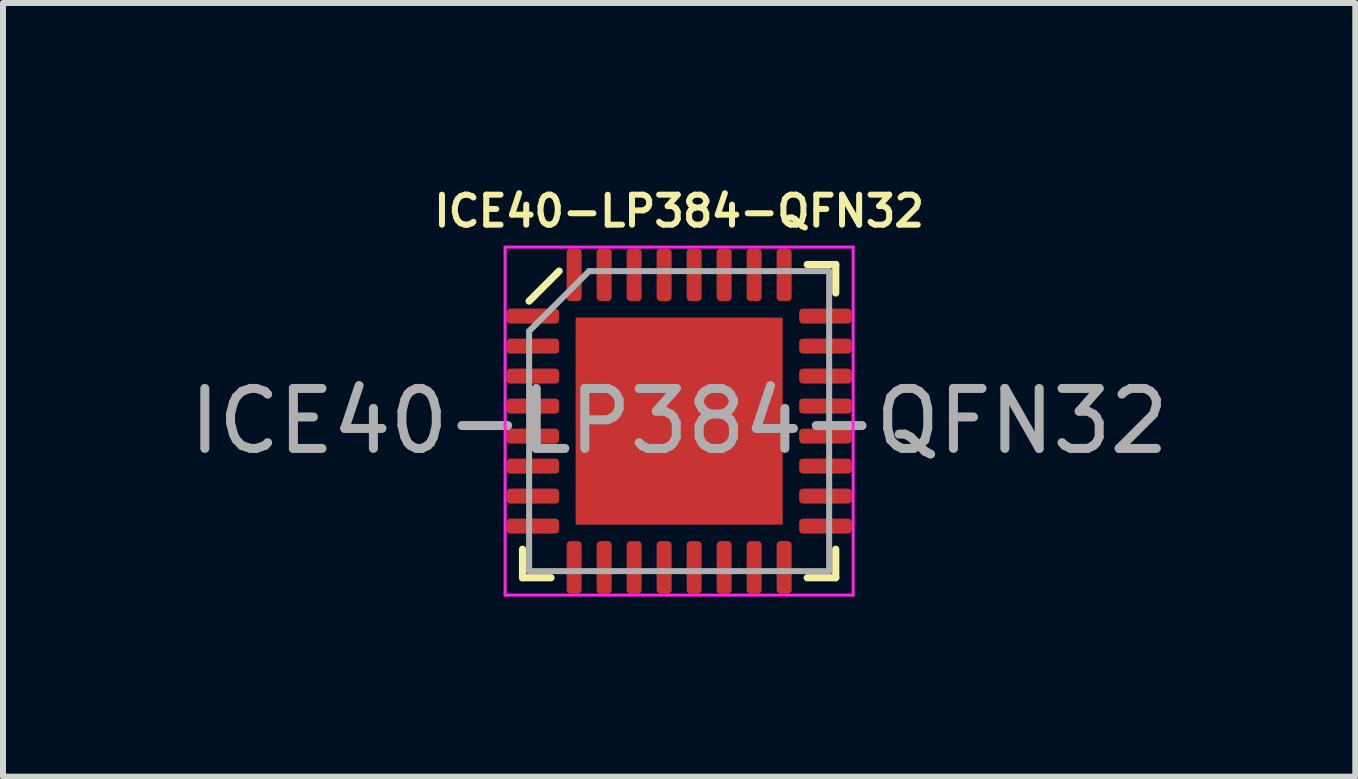
<source format=kicad_pcb>
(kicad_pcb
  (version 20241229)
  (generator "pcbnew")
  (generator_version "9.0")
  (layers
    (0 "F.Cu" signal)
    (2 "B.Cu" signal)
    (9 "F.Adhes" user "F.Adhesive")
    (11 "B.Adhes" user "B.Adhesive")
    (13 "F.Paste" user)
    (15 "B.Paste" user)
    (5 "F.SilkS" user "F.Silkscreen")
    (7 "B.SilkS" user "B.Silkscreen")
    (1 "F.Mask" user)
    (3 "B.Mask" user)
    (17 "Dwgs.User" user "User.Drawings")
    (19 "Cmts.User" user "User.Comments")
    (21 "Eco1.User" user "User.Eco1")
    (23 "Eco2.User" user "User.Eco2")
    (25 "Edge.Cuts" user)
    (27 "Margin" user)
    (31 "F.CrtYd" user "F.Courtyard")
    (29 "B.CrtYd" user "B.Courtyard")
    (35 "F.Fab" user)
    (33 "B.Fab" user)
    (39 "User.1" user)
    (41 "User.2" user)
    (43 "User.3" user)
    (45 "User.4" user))
  (footprint "ICE40-LP384-QFN32"
    (layer "F.Cu")
    (at 8.268 3.968)
    (property "Reference" "ICE40-LP384-QFN32" (at 0 -3.5 0) (layer "F.SilkS") (effects (font (size 0.5 0.5) (thickness 0.1))))
    (attr smd)
    (fp_line (start -2.61 2.61) (end -2.61 2.135) (stroke (width 0.12) (type solid)) (layer "F.SilkS"))
    (fp_line (start -2.135 2.61) (end -2.61 2.61) (stroke (width 0.12) (type solid)) (layer "F.SilkS"))
    (fp_line (start -2 -2.5) (end -2.5 -2) (stroke (width 0.12) (type solid)) (layer "F.SilkS"))
    (fp_line (start 2.135 -2.61) (end 2.61 -2.61) (stroke (width 0.12) (type solid)) (layer "F.SilkS"))
    (fp_line (start 2.135 2.61) (end 2.61 2.61) (stroke (width 0.12) (type solid)) (layer "F.SilkS"))
    (fp_line (start 2.61 -2.61) (end 2.61 -2.135) (stroke (width 0.12) (type solid)) (layer "F.SilkS"))
    (fp_line (start 2.61 2.61) (end 2.61 2.135) (stroke (width 0.12) (type solid)) (layer "F.SilkS"))
    (fp_line (start -2.9 -2.9) (end -2.9 2.9) (stroke (width 0.05) (type solid)) (layer "F.CrtYd"))
    (fp_line (start -2.9 2.9) (end 2.9 2.9) (stroke (width 0.05) (type solid)) (layer "F.CrtYd"))
    (fp_line (start 2.9 -2.9) (end -2.9 -2.9) (stroke (width 0.05) (type solid)) (layer "F.CrtYd"))
    (fp_line (start 2.9 2.9) (end 2.9 -2.9) (stroke (width 0.05) (type solid)) (layer "F.CrtYd"))
    (fp_line (start -2.5 -1.5) (end -1.5 -2.5) (stroke (width 0.1) (type solid)) (layer "F.Fab"))
    (fp_line (start -2.5 2.5) (end -2.5 -1.5) (stroke (width 0.1) (type solid)) (layer "F.Fab"))
    (fp_line (start -1.5 -2.5) (end 2.5 -2.5) (stroke (width 0.1) (type solid)) (layer "F.Fab"))
    (fp_line (start 2.5 -2.5) (end 2.5 2.5) (stroke (width 0.1) (type solid)) (layer "F.Fab"))
    (fp_line (start 2.5 2.5) (end -2.5 2.5) (stroke (width 0.1) (type solid)) (layer "F.Fab"))
    (fp_text user "${REFERENCE}" (at 0 0 0) (layer "F.Fab") (effects (font (size 1 1) (thickness 0.15))))
    (pad "" smd custom (at -1.363 -1.363) (size 0.2 0.2) (layers "F.Paste") (options (anchor circle)) (primitives (gr_poly (pts (xy -0.192 -0.192) (xy 0.192 -0.192) (xy 0.192 0.108) (xy 0.108 0.192) (xy -0.192 0.192)) (width 0.201) (fill yes))))
    (pad "" smd custom (at -1.363 -0.5) (size 0.2 0.2) (layers "F.Paste") (options (anchor circle)) (primitives (gr_poly (pts (xy -0.21 -0.321) (xy 0.143 -0.321) (xy 0.21 -0.254) (xy 0.21 0.254) (xy 0.143 0.321) (xy -0.21 0.321)) (width 0.164) (fill yes))))
    (pad "" smd custom (at -1.363 0.5) (size 0.2 0.2) (layers "F.Paste") (options (anchor circle)) (primitives (gr_poly (pts (xy -0.21 -0.321) (xy 0.143 -0.321) (xy 0.21 -0.254) (xy 0.21 0.254) (xy 0.143 0.321) (xy -0.21 0.321)) (width 0.164) (fill yes))))
    (pad "" smd custom (at -1.363 1.363) (size 0.2 0.2) (layers "F.Paste") (options (anchor circle)) (primitives (gr_poly (pts (xy -0.192 -0.192) (xy 0.108 -0.192) (xy 0.192 -0.108) (xy 0.192 0.192) (xy -0.192 0.192)) (width 0.201) (fill yes))))
    (pad "" smd custom (at -0.5 -1.363) (size 0.2 0.2) (layers "F.Paste") (options (anchor circle)) (primitives (gr_poly (pts (xy -0.321 -0.21) (xy 0.321 -0.21) (xy 0.321 0.143) (xy 0.254 0.21) (xy -0.254 0.21) (xy -0.321 0.143)) (width 0.164) (fill yes))))
    (pad "" smd roundrect (at -0.5 -0.5) (size 0.806 0.806) (layers "F.Paste") (roundrect_rratio 0.25))
    (pad "" smd roundrect (at -0.5 0.5) (size 0.806 0.806) (layers "F.Paste") (roundrect_rratio 0.25))
    (pad "" smd custom (at -0.5 1.363) (size 0.2 0.2) (layers "F.Paste") (options (anchor circle)) (primitives (gr_poly (pts (xy -0.321 -0.143) (xy -0.254 -0.21) (xy 0.254 -0.21) (xy 0.321 -0.143) (xy 0.321 0.21) (xy -0.321 0.21)) (width 0.164) (fill yes))))
    (pad "" smd custom (at 0.5 -1.363) (size 0.2 0.2) (layers "F.Paste") (options (anchor circle)) (primitives (gr_poly (pts (xy -0.321 -0.21) (xy 0.321 -0.21) (xy 0.321 0.143) (xy 0.254 0.21) (xy -0.254 0.21) (xy -0.321 0.143)) (width 0.164) (fill yes))))
    (pad "" smd roundrect (at 0.5 -0.5) (size 0.806 0.806) (layers "F.Paste") (roundrect_rratio 0.25))
    (pad "" smd roundrect (at 0.5 0.5) (size 0.806 0.806) (layers "F.Paste") (roundrect_rratio 0.25))
    (pad "" smd custom (at 0.5 1.363) (size 0.2 0.2) (layers "F.Paste") (options (anchor circle)) (primitives (gr_poly (pts (xy -0.321 -0.143) (xy -0.254 -0.21) (xy 0.254 -0.21) (xy 0.321 -0.143) (xy 0.321 0.21) (xy -0.321 0.21)) (width 0.164) (fill yes))))
    (pad "" smd custom (at 1.363 -1.363) (size 0.2 0.2) (layers "F.Paste") (options (anchor circle)) (primitives (gr_poly (pts (xy -0.192 -0.192) (xy 0.192 -0.192) (xy 0.192 0.192) (xy -0.108 0.192) (xy -0.192 0.108)) (width 0.201) (fill yes))))
    (pad "" smd custom (at 1.363 -0.5) (size 0.2 0.2) (layers "F.Paste") (options (anchor circle)) (primitives (gr_poly (pts (xy -0.21 -0.254) (xy -0.143 -0.321) (xy 0.21 -0.321) (xy 0.21 0.321) (xy -0.143 0.321) (xy -0.21 0.254)) (width 0.164) (fill yes))))
    (pad "" smd custom (at 1.363 0.5) (size 0.2 0.2) (layers "F.Paste") (options (anchor circle)) (primitives (gr_poly (pts (xy -0.21 -0.254) (xy -0.143 -0.321) (xy 0.21 -0.321) (xy 0.21 0.321) (xy -0.143 0.321) (xy -0.21 0.254)) (width 0.164) (fill yes))))
    (pad "" smd custom (at 1.363 1.363) (size 0.2 0.2) (layers "F.Paste") (options (anchor circle)) (primitives (gr_poly (pts (xy -0.192 -0.108) (xy -0.108 -0.192) (xy 0.192 -0.192) (xy 0.192 0.192) (xy -0.192 0.192)) (width 0.201) (fill yes))))
    (pad "1" smd roundrect (at -2.438 -1.75) (size 0.875 0.25) (layers "F.Cu" "F.Mask" "F.Paste") (roundrect_rratio 0.25))
    (pad "2" smd roundrect (at -2.438 -1.25) (size 0.875 0.25) (layers "F.Cu" "F.Mask" "F.Paste") (roundrect_rratio 0.25))
    (pad "3" smd roundrect (at -2.438 -0.75) (size 0.875 0.25) (layers "F.Cu" "F.Mask" "F.Paste") (roundrect_rratio 0.25))
    (pad "4" smd roundrect (at -2.438 -0.25) (size 0.875 0.25) (layers "F.Cu" "F.Mask" "F.Paste") (roundrect_rratio 0.25))
    (pad "5" smd roundrect (at -2.438 0.25) (size 0.875 0.25) (layers "F.Cu" "F.Mask" "F.Paste") (roundrect_rratio 0.25))
    (pad "6" smd roundrect (at -2.438 0.75) (size 0.875 0.25) (layers "F.Cu" "F.Mask" "F.Paste") (roundrect_rratio 0.25))
    (pad "7" smd roundrect (at -2.438 1.25) (size 0.875 0.25) (layers "F.Cu" "F.Mask" "F.Paste") (roundrect_rratio 0.25))
    (pad "8" smd roundrect (at -2.438 1.75) (size 0.875 0.25) (layers "F.Cu" "F.Mask" "F.Paste") (roundrect_rratio 0.25))
    (pad "9" smd roundrect (at -1.75 2.438) (size 0.25 0.875) (layers "F.Cu" "F.Mask" "F.Paste") (roundrect_rratio 0.25))
    (pad "10" smd roundrect (at -1.25 2.438) (size 0.25 0.875) (layers "F.Cu" "F.Mask" "F.Paste") (roundrect_rratio 0.25))
    (pad "11" smd roundrect (at -0.75 2.438) (size 0.25 0.875) (layers "F.Cu" "F.Mask" "F.Paste") (roundrect_rratio 0.25))
    (pad "12" smd roundrect (at -0.25 2.438) (size 0.25 0.875) (layers "F.Cu" "F.Mask" "F.Paste") (roundrect_rratio 0.25))
    (pad "13" smd roundrect (at 0.25 2.438) (size 0.25 0.875) (layers "F.Cu" "F.Mask" "F.Paste") (roundrect_rratio 0.25))
    (pad "14" smd roundrect (at 0.75 2.438) (size 0.25 0.875) (layers "F.Cu" "F.Mask" "F.Paste") (roundrect_rratio 0.25))
    (pad "15" smd roundrect (at 1.25 2.438) (size 0.25 0.875) (layers "F.Cu" "F.Mask" "F.Paste") (roundrect_rratio 0.25))
    (pad "16" smd roundrect (at 1.75 2.438) (size 0.25 0.875) (layers "F.Cu" "F.Mask" "F.Paste") (roundrect_rratio 0.25))
    (pad "17" smd roundrect (at 2.438 1.75) (size 0.875 0.25) (layers "F.Cu" "F.Mask" "F.Paste") (roundrect_rratio 0.25))
    (pad "18" smd roundrect (at 2.438 1.25) (size 0.875 0.25) (layers "F.Cu" "F.Mask" "F.Paste") (roundrect_rratio 0.25))
    (pad "19" smd roundrect (at 2.438 0.75) (size 0.875 0.25) (layers "F.Cu" "F.Mask" "F.Paste") (roundrect_rratio 0.25))
    (pad "20" smd roundrect (at 2.438 0.25) (size 0.875 0.25) (layers "F.Cu" "F.Mask" "F.Paste") (roundrect_rratio 0.25))
    (pad "21" smd roundrect (at 2.438 -0.25) (size 0.875 0.25) (layers "F.Cu" "F.Mask" "F.Paste") (roundrect_rratio 0.25))
    (pad "22" smd roundrect (at 2.438 -0.75) (size 0.875 0.25) (layers "F.Cu" "F.Mask" "F.Paste") (roundrect_rratio 0.25))
    (pad "23" smd roundrect (at 2.438 -1.25) (size 0.875 0.25) (layers "F.Cu" "F.Mask" "F.Paste") (roundrect_rratio 0.25))
    (pad "24" smd roundrect (at 2.438 -1.75) (size 0.875 0.25) (layers "F.Cu" "F.Mask" "F.Paste") (roundrect_rratio 0.25))
    (pad "25" smd roundrect (at 1.75 -2.438) (size 0.25 0.875) (layers "F.Cu" "F.Mask" "F.Paste") (roundrect_rratio 0.25))
    (pad "26" smd roundrect (at 1.25 -2.438) (size 0.25 0.875) (layers "F.Cu" "F.Mask" "F.Paste") (roundrect_rratio 0.25))
    (pad "27" smd roundrect (at 0.75 -2.438) (size 0.25 0.875) (layers "F.Cu" "F.Mask" "F.Paste") (roundrect_rratio 0.25))
    (pad "28" smd roundrect (at 0.25 -2.438) (size 0.25 0.875) (layers "F.Cu" "F.Mask" "F.Paste") (roundrect_rratio 0.25))
    (pad "29" smd roundrect (at -0.25 -2.438) (size 0.25 0.875) (layers "F.Cu" "F.Mask" "F.Paste") (roundrect_rratio 0.25))
    (pad "30" smd roundrect (at -0.75 -2.438) (size 0.25 0.875) (layers "F.Cu" "F.Mask" "F.Paste") (roundrect_rratio 0.25))
    (pad "31" smd roundrect (at -1.25 -2.438) (size 0.25 0.875) (layers "F.Cu" "F.Mask" "F.Paste") (roundrect_rratio 0.25))
    (pad "32" smd roundrect (at -1.75 -2.438) (size 0.25 0.875) (layers "F.Cu" "F.Mask" "F.Paste") (roundrect_rratio 0.25))
    (pad "33" smd rect (at 0 0) (size 3.45 3.45) (layers "F.Cu" "F.Mask")))
  (gr_rect
    (start -3 -3)
    (end 19.536 9.893)
    (stroke (width 0.1) (type default))
    (fill no)
    (layer "Edge.Cuts")))
</source>
